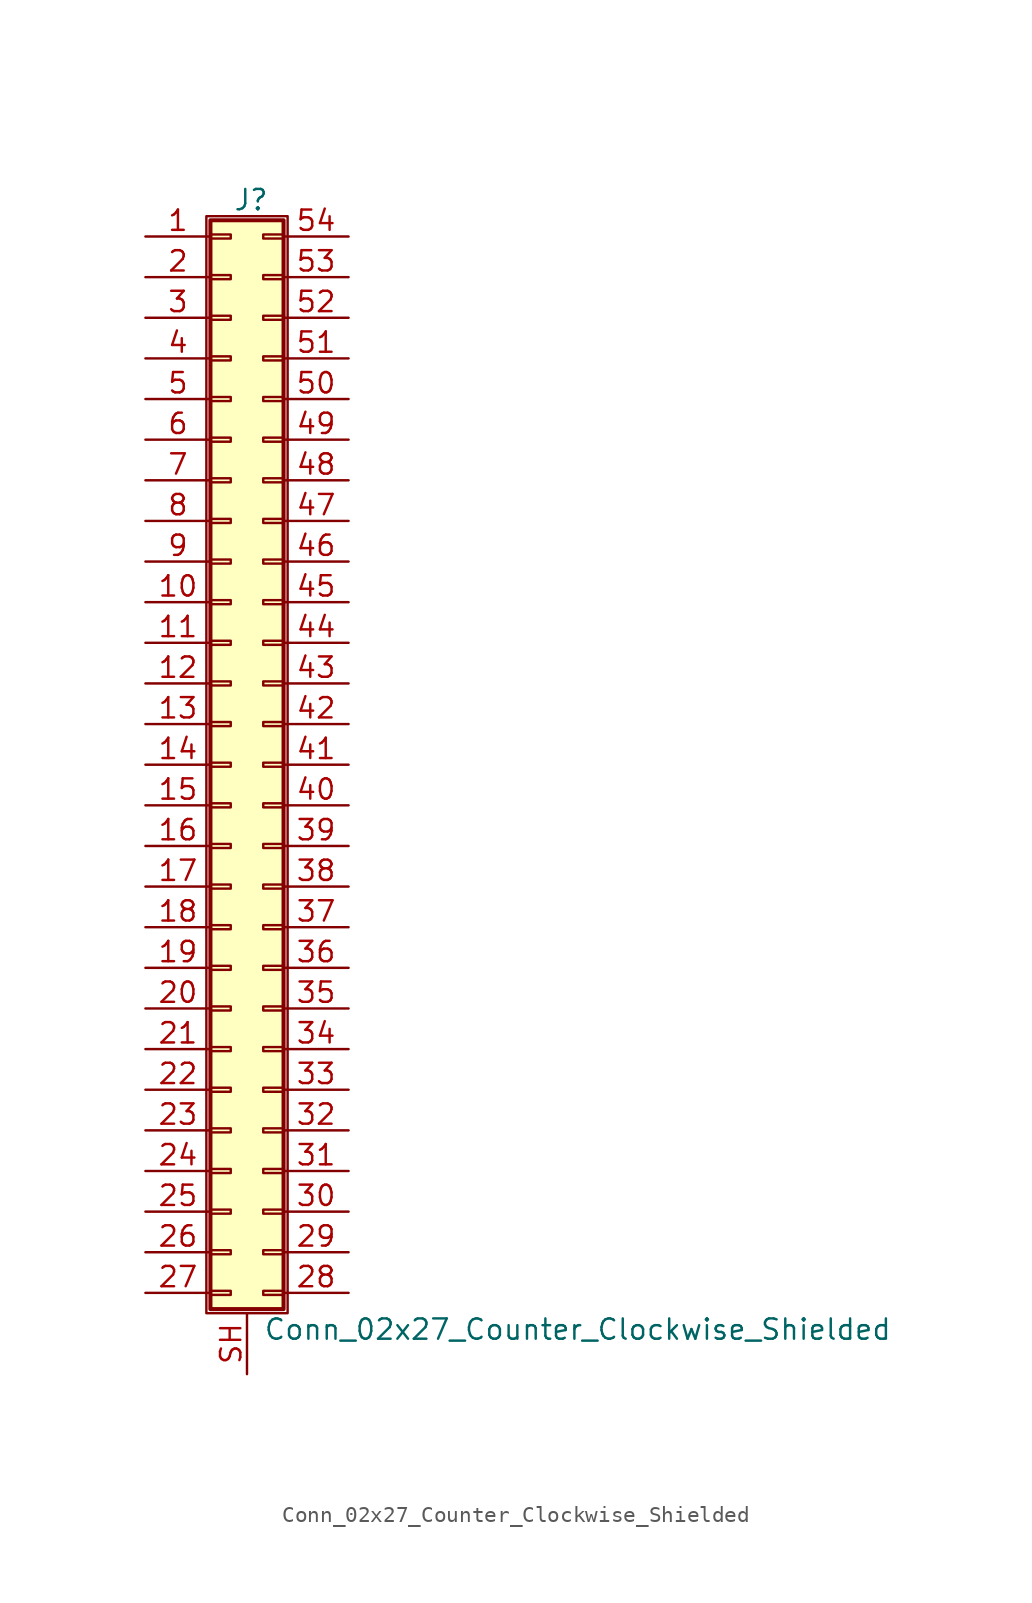
<source format=kicad_sym>
(kicad_symbol_lib
  (version 20220914)
  (generator kicad_symbol_editor)
  (symbol "Conn_02x27_Counter_Clockwise_Shielded"
    (pin_names
      (offset 1.016) hide)
    (property "Reference" "J"
      (at 1.524 35.306 0)
      (effects (font (size 1.27 1.27))))
    (property "Value" "Conn_02x27_Counter_Clockwise_Shielded"
      (at 2.286 -35.306 0)
      (effects (font (size 1.27 1.27)) (justify left)))
    (symbol "Conn_02x27_Counter_Clockwise_Shielded_1_1"
      (rectangle (start -1.27 34.29) (end 3.81 -34.29) (stroke (width 0.152) (type default)) (fill (type none)))
      (rectangle (start -1.016 -32.893) (end 0.254 -33.147) (stroke (width 0.152) (type default)) (fill (type none)))
      (rectangle (start -1.016 -30.353) (end 0.254 -30.607) (stroke (width 0.152) (type default)) (fill (type none)))
      (rectangle (start -1.016 -27.813) (end 0.254 -28.067) (stroke (width 0.152) (type default)) (fill (type none)))
      (rectangle (start -1.016 -25.273) (end 0.254 -25.527) (stroke (width 0.152) (type default)) (fill (type none)))
      (rectangle (start -1.016 -22.733) (end 0.254 -22.987) (stroke (width 0.152) (type default)) (fill (type none)))
      (rectangle (start -1.016 -20.193) (end 0.254 -20.447) (stroke (width 0.152) (type default)) (fill (type none)))
      (rectangle (start -1.016 -17.653) (end 0.254 -17.907) (stroke (width 0.152) (type default)) (fill (type none)))
      (rectangle (start -1.016 -15.113) (end 0.254 -15.367) (stroke (width 0.152) (type default)) (fill (type none)))
      (rectangle (start -1.016 -12.573) (end 0.254 -12.827) (stroke (width 0.152) (type default)) (fill (type none)))
      (rectangle (start -1.016 -10.033) (end 0.254 -10.287) (stroke (width 0.152) (type default)) (fill (type none)))
      (rectangle (start -1.016 -7.493) (end 0.254 -7.747) (stroke (width 0.152) (type default)) (fill (type none)))
      (rectangle (start -1.016 -4.953) (end 0.254 -5.207) (stroke (width 0.152) (type default)) (fill (type none)))
      (rectangle (start -1.016 -2.413) (end 0.254 -2.667) (stroke (width 0.152) (type default)) (fill (type none)))
      (rectangle (start -1.016 0.127) (end 0.254 -0.127) (stroke (width 0.152) (type default)) (fill (type none)))
      (rectangle (start -1.016 2.667) (end 0.254 2.413) (stroke (width 0.152) (type default)) (fill (type none)))
      (rectangle (start -1.016 5.207) (end 0.254 4.953) (stroke (width 0.152) (type default)) (fill (type none)))
      (rectangle (start -1.016 7.747) (end 0.254 7.493) (stroke (width 0.152) (type default)) (fill (type none)))
      (rectangle (start -1.016 10.287) (end 0.254 10.033) (stroke (width 0.152) (type default)) (fill (type none)))
      (rectangle (start -1.016 12.827) (end 0.254 12.573) (stroke (width 0.152) (type default)) (fill (type none)))
      (rectangle (start -1.016 15.367) (end 0.254 15.113) (stroke (width 0.152) (type default)) (fill (type none)))
      (rectangle (start -1.016 17.907) (end 0.254 17.653) (stroke (width 0.152) (type default)) (fill (type none)))
      (rectangle (start -1.016 20.447) (end 0.254 20.193) (stroke (width 0.152) (type default)) (fill (type none)))
      (rectangle (start -1.016 22.987) (end 0.254 22.733) (stroke (width 0.152) (type default)) (fill (type none)))
      (rectangle (start -1.016 25.527) (end 0.254 25.273) (stroke (width 0.152) (type default)) (fill (type none)))
      (rectangle (start -1.016 28.067) (end 0.254 27.813) (stroke (width 0.152) (type default)) (fill (type none)))
      (rectangle (start -1.016 30.607) (end 0.254 30.353) (stroke (width 0.152) (type default)) (fill (type none)))
      (rectangle (start -1.016 33.147) (end 0.254 32.893) (stroke (width 0.152) (type default)) (fill (type none)))
      (rectangle (start -1.016 34.036) (end 3.556 -34.036) (stroke (width 0.254) (type default)) (fill (type background)))
      (rectangle (start 3.556 -32.893) (end 2.286 -33.147) (stroke (width 0.152) (type default)) (fill (type none)))
      (rectangle (start 3.556 -30.353) (end 2.286 -30.607) (stroke (width 0.152) (type default)) (fill (type none)))
      (rectangle (start 3.556 -27.813) (end 2.286 -28.067) (stroke (width 0.152) (type default)) (fill (type none)))
      (rectangle (start 3.556 -25.273) (end 2.286 -25.527) (stroke (width 0.152) (type default)) (fill (type none)))
      (rectangle (start 3.556 -22.733) (end 2.286 -22.987) (stroke (width 0.152) (type default)) (fill (type none)))
      (rectangle (start 3.556 -20.193) (end 2.286 -20.447) (stroke (width 0.152) (type default)) (fill (type none)))
      (rectangle (start 3.556 -17.653) (end 2.286 -17.907) (stroke (width 0.152) (type default)) (fill (type none)))
      (rectangle (start 3.556 -15.113) (end 2.286 -15.367) (stroke (width 0.152) (type default)) (fill (type none)))
      (rectangle (start 3.556 -12.573) (end 2.286 -12.827) (stroke (width 0.152) (type default)) (fill (type none)))
      (rectangle (start 3.556 -10.033) (end 2.286 -10.287) (stroke (width 0.152) (type default)) (fill (type none)))
      (rectangle (start 3.556 -7.493) (end 2.286 -7.747) (stroke (width 0.152) (type default)) (fill (type none)))
      (rectangle (start 3.556 -4.953) (end 2.286 -5.207) (stroke (width 0.152) (type default)) (fill (type none)))
      (rectangle (start 3.556 -2.413) (end 2.286 -2.667) (stroke (width 0.152) (type default)) (fill (type none)))
      (rectangle (start 3.556 0.127) (end 2.286 -0.127) (stroke (width 0.152) (type default)) (fill (type none)))
      (rectangle (start 3.556 2.667) (end 2.286 2.413) (stroke (width 0.152) (type default)) (fill (type none)))
      (rectangle (start 3.556 5.207) (end 2.286 4.953) (stroke (width 0.152) (type default)) (fill (type none)))
      (rectangle (start 3.556 7.747) (end 2.286 7.493) (stroke (width 0.152) (type default)) (fill (type none)))
      (rectangle (start 3.556 10.287) (end 2.286 10.033) (stroke (width 0.152) (type default)) (fill (type none)))
      (rectangle (start 3.556 12.827) (end 2.286 12.573) (stroke (width 0.152) (type default)) (fill (type none)))
      (rectangle (start 3.556 15.367) (end 2.286 15.113) (stroke (width 0.152) (type default)) (fill (type none)))
      (rectangle (start 3.556 17.907) (end 2.286 17.653) (stroke (width 0.152) (type default)) (fill (type none)))
      (rectangle (start 3.556 20.447) (end 2.286 20.193) (stroke (width 0.152) (type default)) (fill (type none)))
      (rectangle (start 3.556 22.987) (end 2.286 22.733) (stroke (width 0.152) (type default)) (fill (type none)))
      (rectangle (start 3.556 25.527) (end 2.286 25.273) (stroke (width 0.152) (type default)) (fill (type none)))
      (rectangle (start 3.556 28.067) (end 2.286 27.813) (stroke (width 0.152) (type default)) (fill (type none)))
      (rectangle (start 3.556 30.607) (end 2.286 30.353) (stroke (width 0.152) (type default)) (fill (type none)))
      (rectangle (start 3.556 33.147) (end 2.286 32.893) (stroke (width 0.152) (type default)) (fill (type none)))
      (pin passive line (at -5.08 33.02 0) (length 4.064) (name "Pin_1" (effects (font (size 1.27 1.27)))) (number "1" (effects (font (size 1.27 1.27)))))
      (pin passive line (at -5.08 10.16 0) (length 4.064) (name "Pin_10" (effects (font (size 1.27 1.27)))) (number "10" (effects (font (size 1.27 1.27)))))
      (pin passive line (at -5.08 7.62 0) (length 4.064) (name "Pin_11" (effects (font (size 1.27 1.27)))) (number "11" (effects (font (size 1.27 1.27)))))
      (pin passive line (at -5.08 5.08 0) (length 4.064) (name "Pin_12" (effects (font (size 1.27 1.27)))) (number "12" (effects (font (size 1.27 1.27)))))
      (pin passive line (at -5.08 2.54 0) (length 4.064) (name "Pin_13" (effects (font (size 1.27 1.27)))) (number "13" (effects (font (size 1.27 1.27)))))
      (pin passive line (at -5.08 0 0) (length 4.064) (name "Pin_14" (effects (font (size 1.27 1.27)))) (number "14" (effects (font (size 1.27 1.27)))))
      (pin passive line (at -5.08 -2.54 0) (length 4.064) (name "Pin_15" (effects (font (size 1.27 1.27)))) (number "15" (effects (font (size 1.27 1.27)))))
      (pin passive line (at -5.08 -5.08 0) (length 4.064) (name "Pin_16" (effects (font (size 1.27 1.27)))) (number "16" (effects (font (size 1.27 1.27)))))
      (pin passive line (at -5.08 -7.62 0) (length 4.064) (name "Pin_17" (effects (font (size 1.27 1.27)))) (number "17" (effects (font (size 1.27 1.27)))))
      (pin passive line (at -5.08 -10.16 0) (length 4.064) (name "Pin_18" (effects (font (size 1.27 1.27)))) (number "18" (effects (font (size 1.27 1.27)))))
      (pin passive line (at -5.08 -12.7 0) (length 4.064) (name "Pin_19" (effects (font (size 1.27 1.27)))) (number "19" (effects (font (size 1.27 1.27)))))
      (pin passive line (at -5.08 30.48 0) (length 4.064) (name "Pin_2" (effects (font (size 1.27 1.27)))) (number "2" (effects (font (size 1.27 1.27)))))
      (pin passive line (at -5.08 -15.24 0) (length 4.064) (name "Pin_20" (effects (font (size 1.27 1.27)))) (number "20" (effects (font (size 1.27 1.27)))))
      (pin passive line (at -5.08 -17.78 0) (length 4.064) (name "Pin_21" (effects (font (size 1.27 1.27)))) (number "21" (effects (font (size 1.27 1.27)))))
      (pin passive line (at -5.08 -20.32 0) (length 4.064) (name "Pin_22" (effects (font (size 1.27 1.27)))) (number "22" (effects (font (size 1.27 1.27)))))
      (pin passive line (at -5.08 -22.86 0) (length 4.064) (name "Pin_23" (effects (font (size 1.27 1.27)))) (number "23" (effects (font (size 1.27 1.27)))))
      (pin passive line (at -5.08 -25.4 0) (length 4.064) (name "Pin_24" (effects (font (size 1.27 1.27)))) (number "24" (effects (font (size 1.27 1.27)))))
      (pin passive line (at -5.08 -27.94 0) (length 4.064) (name "Pin_25" (effects (font (size 1.27 1.27)))) (number "25" (effects (font (size 1.27 1.27)))))
      (pin passive line (at -5.08 -30.48 0) (length 4.064) (name "Pin_26" (effects (font (size 1.27 1.27)))) (number "26" (effects (font (size 1.27 1.27)))))
      (pin passive line (at -5.08 -33.02 0) (length 4.064) (name "Pin_27" (effects (font (size 1.27 1.27)))) (number "27" (effects (font (size 1.27 1.27)))))
      (pin passive line (at 7.62 -33.02 180) (length 4.064) (name "Pin_28" (effects (font (size 1.27 1.27)))) (number "28" (effects (font (size 1.27 1.27)))))
      (pin passive line (at 7.62 -30.48 180) (length 4.064) (name "Pin_29" (effects (font (size 1.27 1.27)))) (number "29" (effects (font (size 1.27 1.27)))))
      (pin passive line (at -5.08 27.94 0) (length 4.064) (name "Pin_3" (effects (font (size 1.27 1.27)))) (number "3" (effects (font (size 1.27 1.27)))))
      (pin passive line (at 7.62 -27.94 180) (length 4.064) (name "Pin_30" (effects (font (size 1.27 1.27)))) (number "30" (effects (font (size 1.27 1.27)))))
      (pin passive line (at 7.62 -25.4 180) (length 4.064) (name "Pin_31" (effects (font (size 1.27 1.27)))) (number "31" (effects (font (size 1.27 1.27)))))
      (pin passive line (at 7.62 -22.86 180) (length 4.064) (name "Pin_32" (effects (font (size 1.27 1.27)))) (number "32" (effects (font (size 1.27 1.27)))))
      (pin passive line (at 7.62 -20.32 180) (length 4.064) (name "Pin_33" (effects (font (size 1.27 1.27)))) (number "33" (effects (font (size 1.27 1.27)))))
      (pin passive line (at 7.62 -17.78 180) (length 4.064) (name "Pin_34" (effects (font (size 1.27 1.27)))) (number "34" (effects (font (size 1.27 1.27)))))
      (pin passive line (at 7.62 -15.24 180) (length 4.064) (name "Pin_35" (effects (font (size 1.27 1.27)))) (number "35" (effects (font (size 1.27 1.27)))))
      (pin passive line (at 7.62 -12.7 180) (length 4.064) (name "Pin_36" (effects (font (size 1.27 1.27)))) (number "36" (effects (font (size 1.27 1.27)))))
      (pin passive line (at 7.62 -10.16 180) (length 4.064) (name "Pin_37" (effects (font (size 1.27 1.27)))) (number "37" (effects (font (size 1.27 1.27)))))
      (pin passive line (at 7.62 -7.62 180) (length 4.064) (name "Pin_38" (effects (font (size 1.27 1.27)))) (number "38" (effects (font (size 1.27 1.27)))))
      (pin passive line (at 7.62 -5.08 180) (length 4.064) (name "Pin_39" (effects (font (size 1.27 1.27)))) (number "39" (effects (font (size 1.27 1.27)))))
      (pin passive line (at -5.08 25.4 0) (length 4.064) (name "Pin_4" (effects (font (size 1.27 1.27)))) (number "4" (effects (font (size 1.27 1.27)))))
      (pin passive line (at 7.62 -2.54 180) (length 4.064) (name "Pin_40" (effects (font (size 1.27 1.27)))) (number "40" (effects (font (size 1.27 1.27)))))
      (pin passive line (at 7.62 0 180) (length 4.064) (name "Pin_41" (effects (font (size 1.27 1.27)))) (number "41" (effects (font (size 1.27 1.27)))))
      (pin passive line (at 7.62 2.54 180) (length 4.064) (name "Pin_42" (effects (font (size 1.27 1.27)))) (number "42" (effects (font (size 1.27 1.27)))))
      (pin passive line (at 7.62 5.08 180) (length 4.064) (name "Pin_43" (effects (font (size 1.27 1.27)))) (number "43" (effects (font (size 1.27 1.27)))))
      (pin passive line (at 7.62 7.62 180) (length 4.064) (name "Pin_44" (effects (font (size 1.27 1.27)))) (number "44" (effects (font (size 1.27 1.27)))))
      (pin passive line (at 7.62 10.16 180) (length 4.064) (name "Pin_45" (effects (font (size 1.27 1.27)))) (number "45" (effects (font (size 1.27 1.27)))))
      (pin passive line (at 7.62 12.7 180) (length 4.064) (name "Pin_46" (effects (font (size 1.27 1.27)))) (number "46" (effects (font (size 1.27 1.27)))))
      (pin passive line (at 7.62 15.24 180) (length 4.064) (name "Pin_47" (effects (font (size 1.27 1.27)))) (number "47" (effects (font (size 1.27 1.27)))))
      (pin passive line (at 7.62 17.78 180) (length 4.064) (name "Pin_48" (effects (font (size 1.27 1.27)))) (number "48" (effects (font (size 1.27 1.27)))))
      (pin passive line (at 7.62 20.32 180) (length 4.064) (name "Pin_49" (effects (font (size 1.27 1.27)))) (number "49" (effects (font (size 1.27 1.27)))))
      (pin passive line (at -5.08 22.86 0) (length 4.064) (name "Pin_5" (effects (font (size 1.27 1.27)))) (number "5" (effects (font (size 1.27 1.27)))))
      (pin passive line (at 7.62 22.86 180) (length 4.064) (name "Pin_50" (effects (font (size 1.27 1.27)))) (number "50" (effects (font (size 1.27 1.27)))))
      (pin passive line (at 7.62 25.4 180) (length 4.064) (name "Pin_51" (effects (font (size 1.27 1.27)))) (number "51" (effects (font (size 1.27 1.27)))))
      (pin passive line (at 7.62 27.94 180) (length 4.064) (name "Pin_52" (effects (font (size 1.27 1.27)))) (number "52" (effects (font (size 1.27 1.27)))))
      (pin passive line (at 7.62 30.48 180) (length 4.064) (name "Pin_53" (effects (font (size 1.27 1.27)))) (number "53" (effects (font (size 1.27 1.27)))))
      (pin passive line (at 7.62 33.02 180) (length 4.064) (name "Pin_54" (effects (font (size 1.27 1.27)))) (number "54" (effects (font (size 1.27 1.27)))))
      (pin passive line (at -5.08 20.32 0) (length 4.064) (name "Pin_6" (effects (font (size 1.27 1.27)))) (number "6" (effects (font (size 1.27 1.27)))))
      (pin passive line (at -5.08 17.78 0) (length 4.064) (name "Pin_7" (effects (font (size 1.27 1.27)))) (number "7" (effects (font (size 1.27 1.27)))))
      (pin passive line (at -5.08 15.24 0) (length 4.064) (name "Pin_8" (effects (font (size 1.27 1.27)))) (number "8" (effects (font (size 1.27 1.27)))))
      (pin passive line (at -5.08 12.7 0) (length 4.064) (name "Pin_9" (effects (font (size 1.27 1.27)))) (number "9" (effects (font (size 1.27 1.27)))))
      (pin passive line (at 1.27 -38.1 90) (length 3.81) (name "Shield" (effects (font (size 1.27 1.27)))) (number "SH" (effects (font (size 1.27 1.27))))))))
</source>
